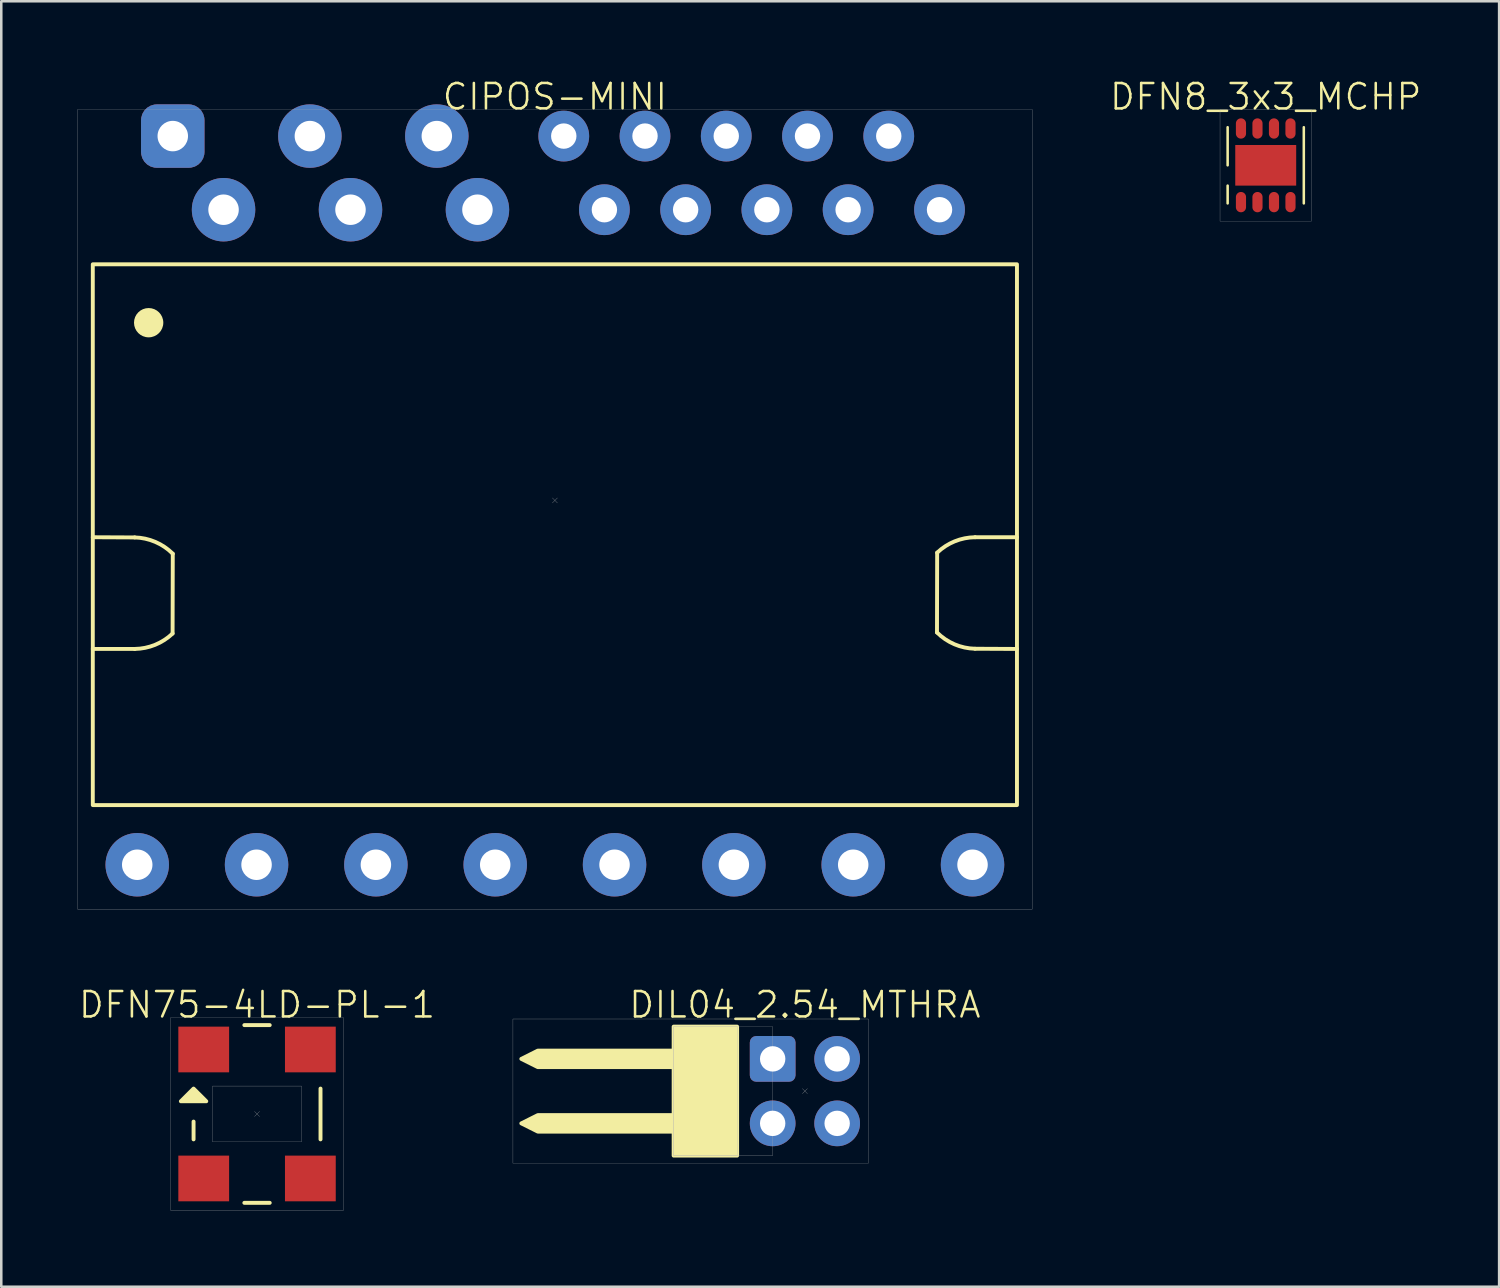
<source format=kicad_pcb>
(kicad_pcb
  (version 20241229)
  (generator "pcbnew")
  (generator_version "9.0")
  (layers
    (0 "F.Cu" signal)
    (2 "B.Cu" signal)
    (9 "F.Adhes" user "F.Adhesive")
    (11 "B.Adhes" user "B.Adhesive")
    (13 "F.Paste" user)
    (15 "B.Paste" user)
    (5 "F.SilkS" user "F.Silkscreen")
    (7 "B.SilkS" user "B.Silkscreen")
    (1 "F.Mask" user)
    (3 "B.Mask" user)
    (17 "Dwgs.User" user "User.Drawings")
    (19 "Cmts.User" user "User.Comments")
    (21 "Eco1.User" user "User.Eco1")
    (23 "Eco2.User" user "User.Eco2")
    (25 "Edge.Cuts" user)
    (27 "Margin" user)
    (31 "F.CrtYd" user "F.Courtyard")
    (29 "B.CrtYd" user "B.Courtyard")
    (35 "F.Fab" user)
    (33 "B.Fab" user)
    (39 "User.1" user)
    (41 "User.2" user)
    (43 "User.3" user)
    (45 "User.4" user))
  (footprint "CIPOS-MINI"
    (layer "F.Cu")
    (at 18.805 16.66)
    (property "Reference" "CIPOS-MINI" (at 0 -15.9 0) (unlocked yes) (layer "F.SilkS") (effects (font (size 1 1) (thickness 0.1))))
    (attr through_hole)
    (fp_line (start -18.2 1.45) (end -16.55 1.458) (stroke (width 0.154) (type default)) (layer "F.SilkS"))
    (fp_line (start -18.2 5.85) (end -16.55 5.85) (stroke (width 0.154) (type default)) (layer "F.SilkS"))
    (fp_line (start -15.057 5.242) (end -15.05 2.1) (stroke (width 0.154) (type default)) (layer "F.SilkS"))
    (fp_line (start 15.057 2.058) (end 15.05 5.2) (stroke (width 0.154) (type default)) (layer "F.SilkS"))
    (fp_line (start 18.2 1.45) (end 16.55 1.45) (stroke (width 0.154) (type default)) (layer "F.SilkS"))
    (fp_line (start 18.2 5.85) (end 16.55 5.842) (stroke (width 0.154) (type default)) (layer "F.SilkS"))
    (fp_rect (start -18.2 -9.3) (end 18.2 12) (stroke (width 0.154) (type default)) (fill no) (layer "F.SilkS"))
    (fp_arc (start -16.55 1.45797) (mid -15.737885 1.634001) (end -15.049598 2.099598) (stroke (width 0.154) (type default)) (layer "F.SilkS"))
    (fp_arc (start -15.057391 5.24225) (mid -15.745988 5.687687) (end -16.549875 5.85) (stroke (width 0.154) (type default)) (layer "F.SilkS"))
    (fp_arc (start 15.057391 2.05775) (mid 15.745988 1.612313) (end 16.549875 1.45) (stroke (width 0.154) (type default)) (layer "F.SilkS"))
    (fp_arc (start 16.55 5.84203) (mid 15.737884 5.665999) (end 15.049598 5.200402) (stroke (width 0.154) (type default)) (layer "F.SilkS"))
    (fp_circle (center -16 -7) (end -15.5 -7) (stroke (width 0.154) (type solid)) (fill yes) (layer "F.SilkS"))
    (fp_line (start -0.1 -0.1) (end 0.1 0.1) (stroke (width 0.01) (type default)) (layer "F.Fab"))
    (fp_line (start 0.1 -0.1) (end -0.1 0.1) (stroke (width 0.01) (type default)) (layer "F.Fab"))
    (fp_rect (start -18.8 -15.4) (end 18.8 16.1) (stroke (width 0.01) (type default)) (fill no) (layer "F.Fab"))
    (pad "1" thru_hole roundrect (at -15.05 -14.35) (size 2.5 2.5) (drill 1.2) (layers "*.Cu" "*.Mask") (roundrect_rratio 0.25))
    (pad "2" thru_hole circle (at -13.05 -11.45) (size 2.5 2.5) (drill 1.2) (layers "*.Cu" "*.Mask"))
    (pad "3" thru_hole circle (at -9.65 -14.35) (size 2.5 2.5) (drill 1.2) (layers "*.Cu" "*.Mask"))
    (pad "4" thru_hole circle (at -8.05 -11.45) (size 2.5 2.5) (drill 1.2) (layers "*.Cu" "*.Mask"))
    (pad "5" thru_hole circle (at -4.65 -14.35) (size 2.5 2.5) (drill 1.2) (layers "*.Cu" "*.Mask"))
    (pad "6" thru_hole circle (at -3.05 -11.45) (size 2.5 2.5) (drill 1.2) (layers "*.Cu" "*.Mask"))
    (pad "7" thru_hole circle (at 0.35 -14.35) (size 2 2) (drill 1) (layers "*.Cu" "*.Mask"))
    (pad "8" thru_hole circle (at 1.95 -11.45) (size 2 2) (drill 1) (layers "*.Cu" "*.Mask"))
    (pad "9" thru_hole circle (at 3.55 -14.35) (size 2 2) (drill 1) (layers "*.Cu" "*.Mask"))
    (pad "10" thru_hole circle (at 5.15 -11.45) (size 2 2) (drill 1) (layers "*.Cu" "*.Mask"))
    (pad "11" thru_hole circle (at 6.75 -14.35) (size 2 2) (drill 1) (layers "*.Cu" "*.Mask"))
    (pad "12" thru_hole circle (at 8.35 -11.45) (size 2 2) (drill 1) (layers "*.Cu" "*.Mask"))
    (pad "13" thru_hole circle (at 9.95 -14.35) (size 2 2) (drill 1) (layers "*.Cu" "*.Mask"))
    (pad "14" thru_hole circle (at 11.55 -11.45) (size 2 2) (drill 1) (layers "*.Cu" "*.Mask"))
    (pad "15" thru_hole circle (at 13.15 -14.35) (size 2 2) (drill 1) (layers "*.Cu" "*.Mask"))
    (pad "16" thru_hole circle (at 15.15 -11.45) (size 2 2) (drill 1) (layers "*.Cu" "*.Mask"))
    (pad "17" thru_hole circle (at 16.45 14.35) (size 2.5 2.5) (drill 1.2) (layers "*.Cu" "*.Mask"))
    (pad "18" thru_hole circle (at 11.75 14.35) (size 2.5 2.5) (drill 1.2) (layers "*.Cu" "*.Mask"))
    (pad "19" thru_hole circle (at 7.05 14.35) (size 2.5 2.5) (drill 1.2) (layers "*.Cu" "*.Mask"))
    (pad "20" thru_hole circle (at 2.35 14.35) (size 2.5 2.5) (drill 1.2) (layers "*.Cu" "*.Mask"))
    (pad "21" thru_hole circle (at -2.35 14.35) (size 2.5 2.5) (drill 1.2) (layers "*.Cu" "*.Mask"))
    (pad "22" thru_hole circle (at -7.05 14.35) (size 2.5 2.5) (drill 1.2) (layers "*.Cu" "*.Mask"))
    (pad "23" thru_hole circle (at -11.75 14.35) (size 2.5 2.5) (drill 1.2) (layers "*.Cu" "*.Mask"))
    (pad "24" thru_hole circle (at -16.45 14.35) (size 2.5 2.5) (drill 1.2) (layers "*.Cu" "*.Mask")))
  (footprint "DIL04_2.54_MTHRA"
    (layer "F.Cu")
    (at 28.653 39.926)
    (property "Reference" "DIL04_2.54_MTHRA" (at 0 -3.4 0) (unlocked yes) (layer "F.SilkS") (effects (font (size 1 1) (thickness 0.1))))
    (attr through_hole)
    (fp_rect (start -5.17 -2.54) (end -2.67 2.54) (stroke (width 0.154) (type solid)) (fill yes) (layer "F.SilkS"))
    (fp_poly (pts (xy -11.17 -1.27) (xy -10.52 -0.945) (xy -5.17 -0.945) (xy -5.17 -1.595) (xy -10.52 -1.595)) (stroke (width 0.154) (type solid)) (fill yes) (layer "F.SilkS"))
    (fp_poly (pts (xy -11.17 1.27) (xy -10.52 1.595) (xy -5.17 1.595) (xy -5.17 0.945) (xy -10.52 0.945)) (stroke (width 0.154) (type solid)) (fill yes) (layer "F.SilkS"))
    (fp_line (start -0.1 -0.1) (end 0.1 0.1) (stroke (width 0.01) (type default)) (layer "F.Fab"))
    (fp_line (start 0.1 -0.1) (end -0.1 0.1) (stroke (width 0.01) (type default)) (layer "F.Fab"))
    (fp_rect (start -11.5 -2.84) (end 2.5 2.84) (stroke (width 0.01) (type default)) (fill no) (layer "F.Fab"))
    (fp_rect (start -5.17 -2.54) (end -2.67 2.54) (stroke (width 0.01) (type default)) (fill no) (layer "F.Fab"))
    (fp_rect (start -5.17 -2.54) (end -1.27 2.54) (stroke (width 0.01) (type default)) (fill no) (layer "F.Fab"))
    (pad "1" thru_hole roundrect (at -1.27 -1.27) (size 1.8 1.8) (drill 1) (layers "*.Cu" "*.Mask") (roundrect_rratio 0.139))
    (pad "2" thru_hole circle (at 1.27 -1.27) (size 1.8 1.8) (drill 1) (layers "*.Cu" "*.Mask"))
    (pad "3" thru_hole circle (at -1.27 1.27) (size 1.8 1.8) (drill 1) (layers "*.Cu" "*.Mask"))
    (pad "4" thru_hole circle (at 1.27 1.27) (size 1.8 1.8) (drill 1) (layers "*.Cu" "*.Mask")))
  (footprint "DFN8_3x3_MCHP"
    (layer "F.Cu")
    (at 46.803 3.461)
    (property "Reference" "DFN8_3x3_MCHP" (at 0 -2.7 0) (unlocked yes) (layer "F.SilkS") (effects (font (size 1 1) (thickness 0.1))))
    (attr smd)
    (fp_line (start -1.5 -1.5) (end -1.5 0) (stroke (width 0.1) (type default)) (layer "F.SilkS"))
    (fp_line (start -1.5 1.5) (end -1.5 0.8) (stroke (width 0.1) (type default)) (layer "F.SilkS"))
    (fp_line (start 1.5 -1.5) (end 1.5 1.5) (stroke (width 0.1) (type default)) (layer "F.SilkS"))
    (fp_rect (start -1.8 -2.2) (end 1.8 2.2) (stroke (width 0.01) (type default)) (fill no) (layer "F.Fab"))
    (pad "1" smd oval (at -0.975 1.45) (size 0.4 0.8) (layers "F.Cu" "F.Mask" "F.Paste"))
    (pad "2" smd oval (at -0.325 1.45) (size 0.4 0.8) (layers "F.Cu" "F.Mask" "F.Paste"))
    (pad "3" smd oval (at 0.325 1.45) (size 0.4 0.8) (layers "F.Cu" "F.Mask" "F.Paste"))
    (pad "4" smd oval (at 0.975 1.45) (size 0.4 0.8) (layers "F.Cu" "F.Mask" "F.Paste"))
    (pad "5" smd oval (at 0.975 -1.45) (size 0.4 0.8) (layers "F.Cu" "F.Mask" "F.Paste"))
    (pad "6" smd oval (at 0.325 -1.45) (size 0.4 0.8) (layers "F.Cu" "F.Mask" "F.Paste"))
    (pad "7" smd oval (at -0.325 -1.45) (size 0.4 0.8) (layers "F.Cu" "F.Mask" "F.Paste"))
    (pad "8" smd oval (at -0.975 -1.45) (size 0.4 0.8) (layers "F.Cu" "F.Mask" "F.Paste"))
    (pad "9" smd rect (at 0 0) (size 2.4 1.6) (layers "F.Cu" "F.Mask" "F.Paste")))
  (footprint "DFN75-4LD-PL-1"
    (layer "F.Cu")
    (at 7.074 40.826)
    (property "Reference" "DFN75-4LD-PL-1" (at 0 -4.3 0) (unlocked yes) (layer "F.SilkS") (effects (font (size 1 1) (thickness 0.1))))
    (attr smd)
    (fp_line (start -2.5 1) (end -2.5 0.3) (stroke (width 0.154) (type default)) (layer "F.SilkS"))
    (fp_line (start -0.5 -3.5) (end 0.5 -3.5) (stroke (width 0.154) (type default)) (layer "F.SilkS"))
    (fp_line (start -0.5 3.5) (end 0.5 3.5) (stroke (width 0.154) (type default)) (layer "F.SilkS"))
    (fp_line (start 2.5 -1) (end 2.5 1) (stroke (width 0.154) (type default)) (layer "F.SilkS"))
    (fp_poly (pts (xy -3 -0.5) (xy -2.5 -1) (xy -2 -0.5)) (stroke (width 0.154) (type solid)) (fill yes) (layer "F.SilkS"))
    (fp_line (start -0.1 -0.1) (end 0.1 0.1) (stroke (width 0.01) (type default)) (layer "F.Fab"))
    (fp_line (start 0.1 -0.1) (end -0.1 0.1) (stroke (width 0.01) (type default)) (layer "F.Fab"))
    (fp_rect (start -3.4 -3.8) (end 3.4 3.8) (stroke (width 0.01) (type default)) (fill no) (layer "F.Fab"))
    (fp_rect (start -1.75 -1.1) (end 1.75 1.1) (stroke (width 0.01) (type default)) (fill no) (layer "F.Fab"))
    (pad "1" smd rect (at -2.1 -2.54) (size 2 1.8) (layers "F.Cu" "F.Mask" "F.Paste"))
    (pad "2" smd rect (at -2.1 2.54) (size 2 1.8) (layers "F.Cu" "F.Mask" "F.Paste"))
    (pad "3" smd rect (at 2.1 2.54) (size 2 1.8) (layers "F.Cu" "F.Mask" "F.Paste"))
    (pad "4" smd rect (at 2.1 -2.54) (size 2 1.8) (layers "F.Cu" "F.Mask" "F.Paste")))
  (gr_rect
    (start -3 -3)
    (end 55.996 47.631)
    (stroke (width 0.1) (type default))
    (fill no)
    (layer "Edge.Cuts")))
</source>
